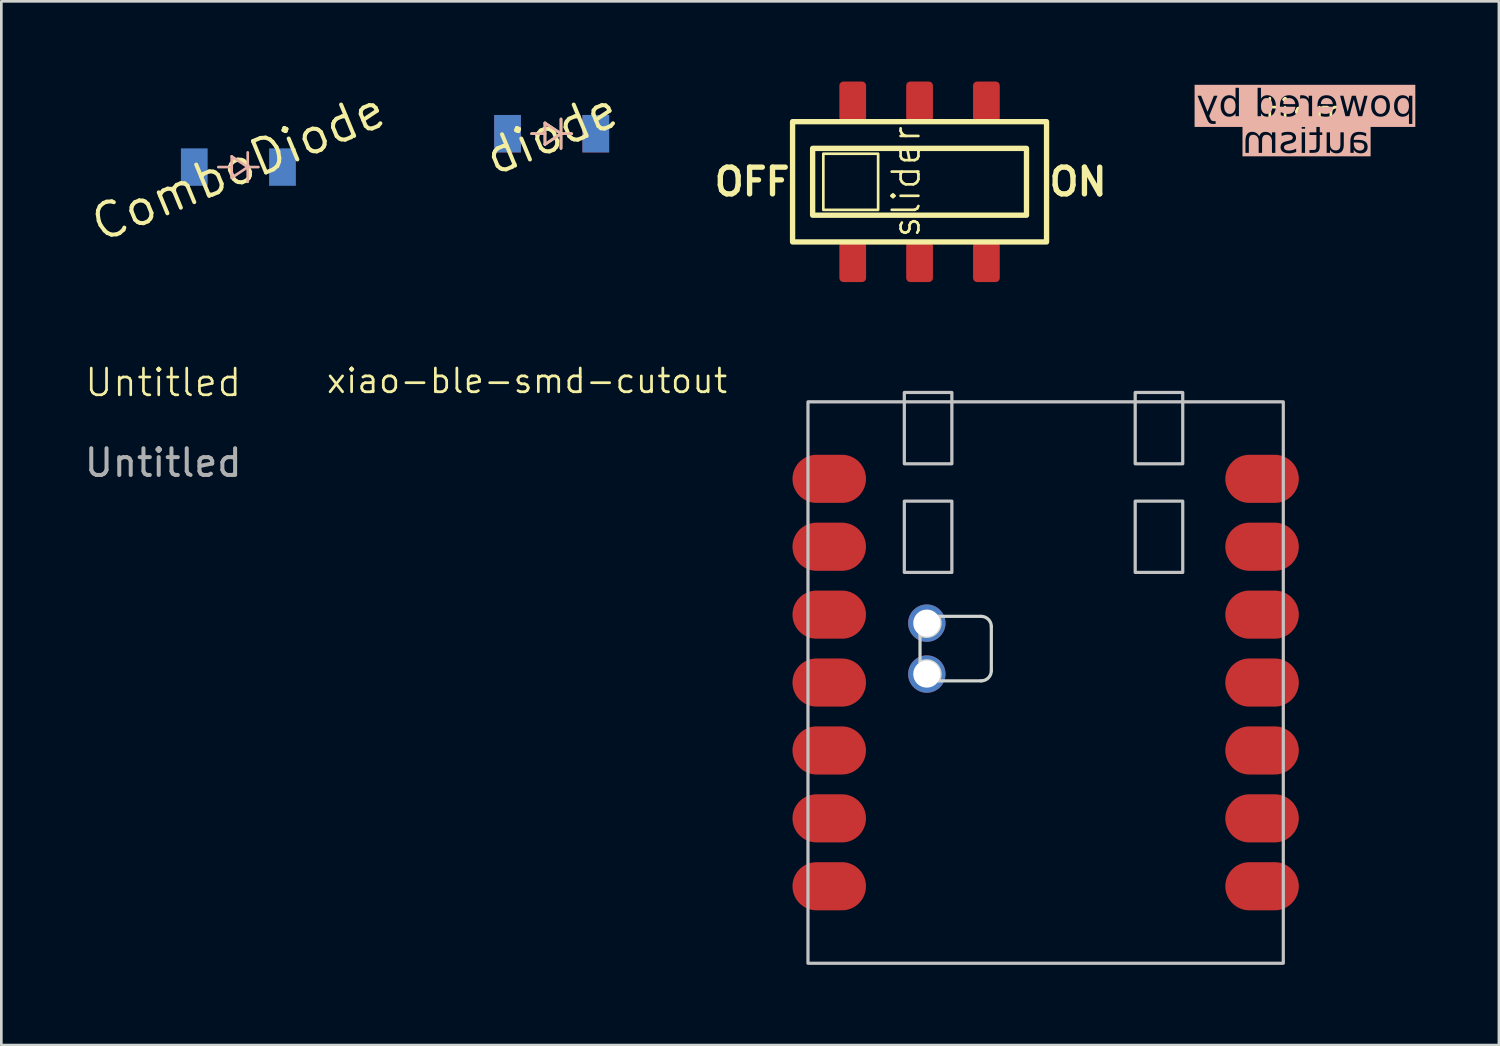
<source format=kicad_pcb>
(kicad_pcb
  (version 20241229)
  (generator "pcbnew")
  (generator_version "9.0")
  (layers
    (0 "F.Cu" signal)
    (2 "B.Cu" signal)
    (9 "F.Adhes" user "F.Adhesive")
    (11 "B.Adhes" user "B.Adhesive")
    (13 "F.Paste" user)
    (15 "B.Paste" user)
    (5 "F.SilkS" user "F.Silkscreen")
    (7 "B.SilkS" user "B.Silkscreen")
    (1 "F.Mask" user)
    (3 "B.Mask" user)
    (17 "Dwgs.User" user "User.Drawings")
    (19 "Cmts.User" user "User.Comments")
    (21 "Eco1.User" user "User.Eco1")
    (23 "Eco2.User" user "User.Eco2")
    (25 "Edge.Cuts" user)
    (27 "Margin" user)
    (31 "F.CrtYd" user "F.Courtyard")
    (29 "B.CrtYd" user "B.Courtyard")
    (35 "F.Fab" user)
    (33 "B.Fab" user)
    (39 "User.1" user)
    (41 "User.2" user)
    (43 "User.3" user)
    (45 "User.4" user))
  (footprint "slider"
    (layer "F.Cu")
    (at 31.347 3.75)
    (property "Reference" "slider" (at -0.5 0 90) (unlocked yes) (layer "F.SilkS") (effects (font (size 1 1) (thickness 0.1))))
    (attr smd exclude_from_pos_files)
    (fp_rect (start -4.75 -2.25) (end 4.75 2.25) (stroke (width 0.2) (type default)) (fill no) (layer "F.SilkS"))
    (fp_rect (start -4 -1.25) (end 4 1.25) (stroke (width 0.2) (type default)) (fill no) (layer "F.SilkS"))
    (fp_rect (start -3.6 -1.05) (end -1.55 1.05) (stroke (width 0.1) (type default)) (fill no) (layer "F.SilkS"))
    (fp_text user "ON" (at 4.75 0 0) (unlocked yes) (layer "F.SilkS") (effects (font (size 1 1) (thickness 0.2) (bold yes)) (justify left)))
    (fp_text user "OFF" (at -4.75 0 0) (unlocked yes) (layer "F.SilkS") (effects (font (size 1 1) (thickness 0.2) (bold yes)) (justify right)))
    (pad "" smd roundrect (at -2.5 -3 90) (size 1.5 1) (layers "F.Cu" "F.Mask" "F.Paste") (roundrect_rratio 0.15))
    (pad "" smd roundrect (at -2.5 3 90) (size 1.5 1) (layers "F.Cu" "F.Mask" "F.Paste") (roundrect_rratio 0.15))
    (pad "1" smd roundrect (at 2.5 -3 90) (size 1.5 1) (layers "F.Cu" "F.Mask" "F.Paste") (roundrect_rratio 0.15))
    (pad "1" smd roundrect (at 2.5 3 90) (size 1.5 1) (layers "F.Cu" "F.Mask" "F.Paste") (roundrect_rratio 0.15))
    (pad "2" smd roundrect (at 0 -3 90) (size 1.5 1) (layers "F.Cu" "F.Mask" "F.Paste") (roundrect_rratio 0.15))
    (pad "2" smd roundrect (at 0 3 90) (size 1.5 1) (layers "F.Cu" "F.Mask" "F.Paste") (roundrect_rratio 0.15)))
  (footprint "Untitled"
    (layer "F.Cu")
    (at 3.054 11.761)
    (property "Reference" "Untitled" (at 0 -0.5 0) (unlocked yes) (layer "F.SilkS") (effects (font (size 1 1) (thickness 0.1))))
    (attr smd exclude_from_pos_files)
    (fp_text user "${REFERENCE}" (at 0 2.5 0) (unlocked yes) (layer "F.Fab") (effects (font (size 1 1) (thickness 0.15)))))
  (footprint "tism"
    (layer "F.Cu")
    (at 45.805 1.667)
    (property "Reference" "tism" (at 0 -0.5 0) (unlocked yes) (layer "F.SilkS") (effects (font (size 1 1) (thickness 0.1))))
    (attr smd exclude_from_pos_files)
    (fp_text user "powered by" (at 0 -0.2 0) (unlocked yes) (layer "B.SilkS" knockout) (effects (font (face "American Typewriter") (size 1 1) (thickness 0.1)) (justify bottom mirror)))
    (fp_text user "autism" (at 0 0 0) (unlocked yes) (layer "B.SilkS" knockout) (effects (font (face "American Typewriter") (size 1 1) (thickness 0.1)) (justify top mirror))))
  (footprint "xiao-ble-smd-cutout"
    (layer "F.Cu")
    (at 36.063 22.481)
    (property "Reference" "xiao-ble-smd-cutout" (at -19.399 -11.283 0) (layer "F.SilkS") (effects (font (size 0.889 0.889) (thickness 0.102))))
    (attr smd exclude_from_pos_files)
    (fp_rect (start -8.89 10.5) (end 8.89 -10.5) (stroke (width 0.12) (type solid)) (fill no) (layer "Dwgs.User"))
    (fp_rect (start -5.286 -6.786) (end -3.508 -4.119) (stroke (width 0.12) (type solid)) (fill no) (layer "Dwgs.User"))
    (fp_rect (start -3.508 -8.183) (end -5.286 -10.85) (stroke (width 0.12) (type solid)) (fill no) (layer "Dwgs.User"))
    (fp_rect (start 3.35 -10.85) (end 5.128 -8.183) (stroke (width 0.12) (type solid)) (fill no) (layer "Dwgs.User"))
    (fp_rect (start 3.35 -6.786) (end 5.128 -4.119) (stroke (width 0.12) (type solid)) (fill no) (layer "Dwgs.User"))
    (fp_line (start -4.699 -0.749) (end -4.699 -1.79) (stroke (width 0.12) (type solid)) (layer "Edge.Cuts"))
    (fp_line (start -4.013 -2.476) (end -2.413 -2.476) (stroke (width 0.12) (type solid)) (layer "Edge.Cuts"))
    (fp_line (start -2.413 -0.063) (end -4.013 -0.063) (stroke (width 0.12) (type solid)) (layer "Edge.Cuts"))
    (fp_line (start -2.032 -2.095) (end -2.032 -0.444) (stroke (width 0.12) (type solid)) (layer "Edge.Cuts"))
    (fp_arc (start -4.699 -0.7488) (mid -4.095391 -0.666609) (end -4.0132 -0.063) (stroke (width 0.12) (type solid)) (layer "Edge.Cuts"))
    (fp_arc (start -4.0132 -2.476) (mid -4.095391 -1.872391) (end -4.699 -1.7902) (stroke (width 0.12) (type solid)) (layer "Edge.Cuts"))
    (fp_arc (start -2.413 -2.476) (mid -2.143592 -2.364408) (end -2.032 -2.095) (stroke (width 0.12) (type solid)) (layer "Edge.Cuts"))
    (fp_arc (start -2.032 -0.444) (mid -2.143592 -0.174592) (end -2.413 -0.063) (stroke (width 0.12) (type solid)) (layer "Edge.Cuts"))
    (pad "1" smd oval (at -8.57 -7.62 180) (size 2.75 1.8) (drill (offset -0.475 0)) (layers "F.Cu" "F.Mask" "F.Paste"))
    (pad "2" smd oval (at -8.57 -5.08 180) (size 2.75 1.8) (drill (offset -0.475 0)) (layers "F.Cu" "F.Mask" "F.Paste"))
    (pad "3" smd oval (at -8.57 -2.54 180) (size 2.75 1.8) (drill (offset -0.475 0)) (layers "F.Cu" "F.Mask" "F.Paste"))
    (pad "4" smd oval (at -8.57 0 180) (size 2.75 1.8) (drill (offset -0.475 0)) (layers "F.Cu" "F.Mask" "F.Paste"))
    (pad "5" smd oval (at -8.57 2.54 180) (size 2.75 1.8) (drill (offset -0.475 0)) (layers "F.Cu" "F.Mask" "F.Paste"))
    (pad "6" smd oval (at -8.57 5.08 180) (size 2.75 1.8) (drill (offset -0.475 0)) (layers "F.Cu" "F.Mask" "F.Paste"))
    (pad "7" smd oval (at -8.57 7.62 180) (size 2.75 1.8) (drill (offset -0.475 0)) (layers "F.Cu" "F.Mask" "F.Paste"))
    (pad "8" smd oval (at 8.57 7.62) (size 2.75 1.8) (drill (offset -0.475 0)) (layers "F.Cu" "F.Mask" "F.Paste"))
    (pad "9" smd oval (at 8.57 5.08) (size 2.75 1.8) (drill (offset -0.475 0)) (layers "F.Cu" "F.Mask" "F.Paste"))
    (pad "10" smd oval (at 8.57 2.54) (size 2.75 1.8) (drill (offset -0.475 0)) (layers "F.Cu" "F.Mask" "F.Paste"))
    (pad "11" smd oval (at 8.57 0) (size 2.75 1.8) (drill (offset -0.475 0)) (layers "F.Cu" "F.Mask" "F.Paste"))
    (pad "12" smd oval (at 8.57 -2.54) (size 2.75 1.8) (drill (offset -0.475 0)) (layers "F.Cu" "F.Mask" "F.Paste"))
    (pad "13" smd oval (at 8.57 -5.08) (size 2.75 1.8) (drill (offset -0.475 0)) (layers "F.Cu" "F.Mask" "F.Paste"))
    (pad "14" smd oval (at 8.57 -7.62) (size 2.75 1.8) (drill (offset -0.475 0)) (layers "F.Cu" "F.Mask" "F.Paste"))
    (pad "19" thru_hole circle (at -4.445 -0.317 180) (size 1.397 1.397) (drill 1.016) (layers "*.Cu" "*.Mask"))
    (pad "20" thru_hole circle (at -4.445 -2.222 180) (size 1.397 1.397) (drill 1.016) (layers "*.Cu" "*.Mask")))
  (footprint "diode"
    (layer "F.Cu")
    (at 17.635 1.751)
    (property "Reference" "diode" (at -0.05 0.2 202.5) (layer "F.SilkS") (effects (font (size 1.27 1.27) (thickness 0.15))))
    (attr through_hole)
    (fp_line (start -0.3 -0.2) (end 0.3 0.2) (stroke (width 0.1) (type solid)) (layer "F.SilkS"))
    (fp_line (start -0.3 0.2) (end -0.8 0.2) (stroke (width 0.1) (type solid)) (layer "F.SilkS"))
    (fp_line (start -0.3 0.6) (end -0.3 -0.2) (stroke (width 0.1) (type solid)) (layer "F.SilkS"))
    (fp_line (start 0.3 0.2) (end -0.3 0.6) (stroke (width 0.1) (type solid)) (layer "F.SilkS"))
    (fp_line (start 0.3 0.2) (end 0.3 -0.35) (stroke (width 0.1) (type solid)) (layer "F.SilkS"))
    (fp_line (start 0.3 0.2) (end 0.3 0.75) (stroke (width 0.1) (type solid)) (layer "F.SilkS"))
    (fp_line (start 0.7 0.2) (end 0.3 0.2) (stroke (width 0.1) (type solid)) (layer "F.SilkS"))
    (fp_line (start -0.3 -0.2) (end 0.3 0.2) (stroke (width 0.1) (type solid)) (layer "B.SilkS"))
    (fp_line (start -0.3 0.2) (end -0.8 0.2) (stroke (width 0.1) (type solid)) (layer "B.SilkS"))
    (fp_line (start -0.3 0.6) (end -0.3 -0.2) (stroke (width 0.1) (type solid)) (layer "B.SilkS"))
    (fp_line (start 0.3 0.2) (end -0.3 0.6) (stroke (width 0.1) (type solid)) (layer "B.SilkS"))
    (fp_line (start 0.3 0.2) (end 0.3 -0.35) (stroke (width 0.1) (type solid)) (layer "B.SilkS"))
    (fp_line (start 0.3 0.2) (end 0.3 0.75) (stroke (width 0.1) (type solid)) (layer "B.SilkS"))
    (fp_line (start 0.7 0.2) (end 0.3 0.2) (stroke (width 0.1) (type solid)) (layer "B.SilkS"))
    (pad "1" smd rect (at 1.6 0.2 180) (size 1 1.4) (layers "F.Cu" "F.Mask" "F.Paste"))
    (pad "1" smd rect (at 1.6 0.2 180) (size 1 1.4) (layers "B.Cu" "B.Mask" "B.Paste"))
    (pad "2" smd rect (at -1.7 0.2 180) (size 1 1.4) (layers "F.Cu" "F.Mask" "F.Paste"))
    (pad "2" smd rect (at -1.7 0.2 180) (size 1 1.4) (layers "B.Cu" "B.Mask" "B.Paste")))
  (footprint "ComboDiode"
    (layer "F.Cu")
    (at 5.917 3.2)
    (property "Reference" "ComboDiode" (at -0.05 0 202.5) (layer "F.SilkS") (effects (font (size 1.27 1.27) (thickness 0.15))))
    (attr through_hole)
    (fp_line (start -0.3 -0.4) (end 0.3 0) (stroke (width 0.1) (type solid)) (layer "B.SilkS"))
    (fp_line (start -0.3 0) (end -0.8 0) (stroke (width 0.1) (type solid)) (layer "B.SilkS"))
    (fp_line (start -0.3 0.4) (end -0.3 -0.4) (stroke (width 0.1) (type solid)) (layer "B.SilkS"))
    (fp_line (start 0.3 0) (end -0.3 0.4) (stroke (width 0.1) (type solid)) (layer "B.SilkS"))
    (fp_line (start 0.3 0) (end 0.3 -0.55) (stroke (width 0.1) (type solid)) (layer "B.SilkS"))
    (fp_line (start 0.3 0) (end 0.3 0.55) (stroke (width 0.1) (type solid)) (layer "B.SilkS"))
    (fp_line (start 0.7 0) (end 0.3 0) (stroke (width 0.1) (type solid)) (layer "B.SilkS"))
    (pad "1" smd rect (at 1.6 0 180) (size 1 1.4) (layers "B.Cu" "B.Mask" "B.Paste"))
    (pad "2" smd rect (at -1.7 0 180) (size 1 1.4) (layers "B.Cu" "B.Mask" "B.Paste")))
  (gr_rect
    (start -3 -3)
    (end 53.018 36.041)
    (stroke (width 0.1) (type default))
    (fill no)
    (layer "Edge.Cuts")))
</source>
